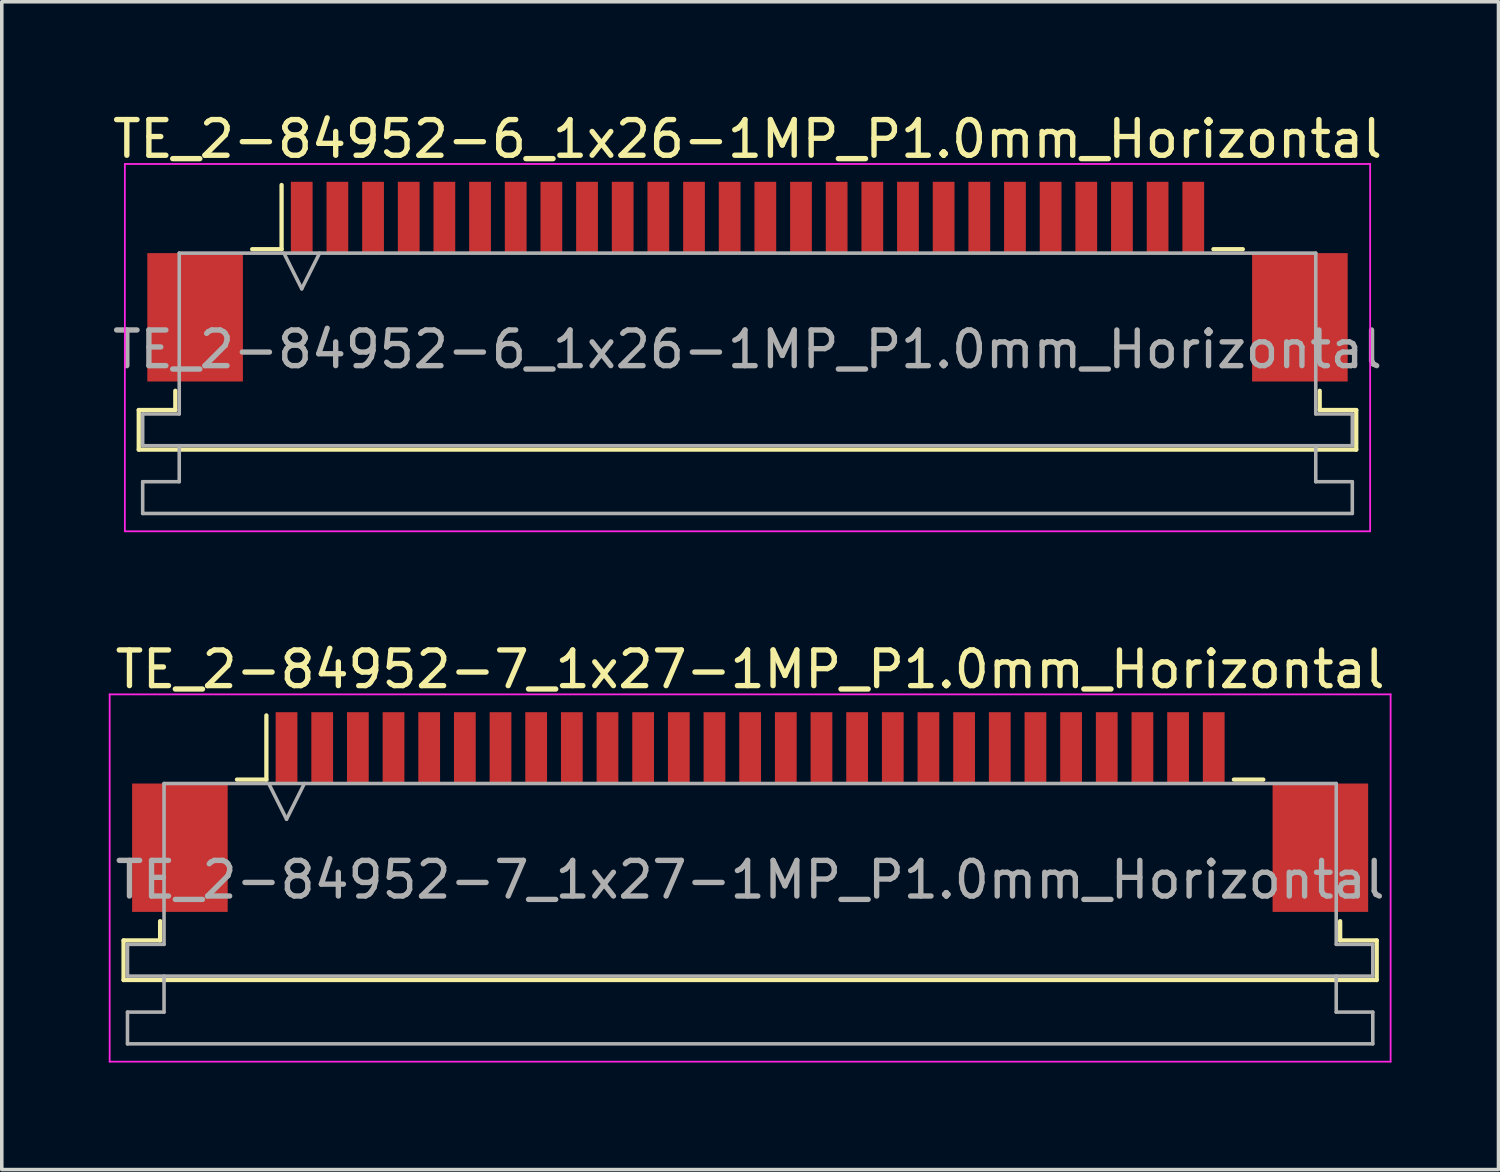
<source format=kicad_pcb>
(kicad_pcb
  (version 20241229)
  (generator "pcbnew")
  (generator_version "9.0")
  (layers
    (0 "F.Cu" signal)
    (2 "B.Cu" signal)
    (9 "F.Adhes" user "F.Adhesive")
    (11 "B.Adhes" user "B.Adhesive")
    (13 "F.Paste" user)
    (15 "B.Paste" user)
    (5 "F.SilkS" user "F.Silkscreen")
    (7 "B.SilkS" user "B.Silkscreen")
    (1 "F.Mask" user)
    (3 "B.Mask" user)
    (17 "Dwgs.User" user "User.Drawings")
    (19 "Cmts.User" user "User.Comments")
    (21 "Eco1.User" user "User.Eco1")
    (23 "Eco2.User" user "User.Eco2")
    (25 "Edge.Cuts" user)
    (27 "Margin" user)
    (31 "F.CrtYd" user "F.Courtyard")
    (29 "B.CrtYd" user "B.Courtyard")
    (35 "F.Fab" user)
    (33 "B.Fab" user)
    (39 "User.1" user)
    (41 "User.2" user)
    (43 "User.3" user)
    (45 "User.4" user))
  (footprint "TE_2-84952-6_1x26-1MP_P1.0mm_Horizontal"
    (layer "F.Cu")
    (at 17.911 4.848)
    (property "Reference" "TE_2-84952-6_1x26-1MP_P1.0mm_Horizontal" (at 0 -4 0) (layer "F.SilkS") (effects (font (size 1 1) (thickness 0.15))))
    (attr smd)
    (fp_line (start -17.07 3.6) (end -16.045 3.6) (stroke (width 0.12) (type solid)) (layer "F.SilkS"))
    (fp_line (start -17.07 4.71) (end -17.07 3.6) (stroke (width 0.12) (type solid)) (layer "F.SilkS"))
    (fp_line (start -16.045 3.6) (end -16.045 3.06) (stroke (width 0.12) (type solid)) (layer "F.SilkS"))
    (fp_line (start -13.89 -0.91) (end -13.065 -0.91) (stroke (width 0.12) (type solid)) (layer "F.SilkS"))
    (fp_line (start -13.065 -0.91) (end -13.065 -2.71) (stroke (width 0.12) (type solid)) (layer "F.SilkS"))
    (fp_line (start 13.065 -0.91) (end 13.89 -0.91) (stroke (width 0.12) (type solid)) (layer "F.SilkS"))
    (fp_line (start 16.045 3.06) (end 16.045 3.6) (stroke (width 0.12) (type solid)) (layer "F.SilkS"))
    (fp_line (start 16.045 3.6) (end 17.07 3.6) (stroke (width 0.12) (type solid)) (layer "F.SilkS"))
    (fp_line (start 17.07 3.6) (end 17.07 4.71) (stroke (width 0.12) (type solid)) (layer "F.SilkS"))
    (fp_line (start 17.07 4.71) (end -17.07 4.71) (stroke (width 0.12) (type solid)) (layer "F.SilkS"))
    (fp_line (start -17.46 -3.3) (end -17.46 7) (stroke (width 0.05) (type solid)) (layer "F.CrtYd"))
    (fp_line (start -17.46 7) (end 17.46 7) (stroke (width 0.05) (type solid)) (layer "F.CrtYd"))
    (fp_line (start 17.46 -3.3) (end -17.46 -3.3) (stroke (width 0.05) (type solid)) (layer "F.CrtYd"))
    (fp_line (start 17.46 7) (end 17.46 -3.3) (stroke (width 0.05) (type solid)) (layer "F.CrtYd"))
    (fp_line (start -16.96 3.71) (end -15.935 3.71) (stroke (width 0.1) (type solid)) (layer "F.Fab"))
    (fp_line (start -16.96 4.6) (end -16.96 3.71) (stroke (width 0.1) (type solid)) (layer "F.Fab"))
    (fp_line (start -16.96 5.61) (end -15.935 5.61) (stroke (width 0.1) (type solid)) (layer "F.Fab"))
    (fp_line (start -16.96 6.5) (end -16.96 5.61) (stroke (width 0.1) (type solid)) (layer "F.Fab"))
    (fp_line (start -15.935 -0.8) (end 15.935 -0.8) (stroke (width 0.1) (type solid)) (layer "F.Fab"))
    (fp_line (start -15.935 3.71) (end -15.935 -0.8) (stroke (width 0.1) (type solid)) (layer "F.Fab"))
    (fp_line (start -15.935 5.61) (end -15.935 4.6) (stroke (width 0.1) (type solid)) (layer "F.Fab"))
    (fp_line (start -13 -0.8) (end -12.5 0.2) (stroke (width 0.1) (type solid)) (layer "F.Fab"))
    (fp_line (start -12.5 0.2) (end -12 -0.8) (stroke (width 0.1) (type solid)) (layer "F.Fab"))
    (fp_line (start 15.935 -0.8) (end 15.935 3.71) (stroke (width 0.1) (type solid)) (layer "F.Fab"))
    (fp_line (start 15.935 3.71) (end 16.96 3.71) (stroke (width 0.1) (type solid)) (layer "F.Fab"))
    (fp_line (start 15.935 4.6) (end 15.935 5.61) (stroke (width 0.1) (type solid)) (layer "F.Fab"))
    (fp_line (start 15.935 5.61) (end 16.96 5.61) (stroke (width 0.1) (type solid)) (layer "F.Fab"))
    (fp_line (start 16.96 3.71) (end 16.96 4.6) (stroke (width 0.1) (type solid)) (layer "F.Fab"))
    (fp_line (start 16.96 4.6) (end -16.96 4.6) (stroke (width 0.1) (type solid)) (layer "F.Fab"))
    (fp_line (start 16.96 5.61) (end 16.96 6.5) (stroke (width 0.1) (type solid)) (layer "F.Fab"))
    (fp_line (start 16.96 6.5) (end -16.96 6.5) (stroke (width 0.1) (type solid)) (layer "F.Fab"))
    (fp_text user "${REFERENCE}" (at 0 1.9 0) (layer "F.Fab") (effects (font (size 1 1) (thickness 0.15))))
    (pad "1" smd rect (at -12.5 -1.8) (size 0.61 2) (layers "F.Cu" "F.Mask" "F.Paste"))
    (pad "2" smd rect (at -11.5 -1.8) (size 0.61 2) (layers "F.Cu" "F.Mask" "F.Paste"))
    (pad "3" smd rect (at -10.5 -1.8) (size 0.61 2) (layers "F.Cu" "F.Mask" "F.Paste"))
    (pad "4" smd rect (at -9.5 -1.8) (size 0.61 2) (layers "F.Cu" "F.Mask" "F.Paste"))
    (pad "5" smd rect (at -8.5 -1.8) (size 0.61 2) (layers "F.Cu" "F.Mask" "F.Paste"))
    (pad "6" smd rect (at -7.5 -1.8) (size 0.61 2) (layers "F.Cu" "F.Mask" "F.Paste"))
    (pad "7" smd rect (at -6.5 -1.8) (size 0.61 2) (layers "F.Cu" "F.Mask" "F.Paste"))
    (pad "8" smd rect (at -5.5 -1.8) (size 0.61 2) (layers "F.Cu" "F.Mask" "F.Paste"))
    (pad "9" smd rect (at -4.5 -1.8) (size 0.61 2) (layers "F.Cu" "F.Mask" "F.Paste"))
    (pad "10" smd rect (at -3.5 -1.8) (size 0.61 2) (layers "F.Cu" "F.Mask" "F.Paste"))
    (pad "11" smd rect (at -2.5 -1.8) (size 0.61 2) (layers "F.Cu" "F.Mask" "F.Paste"))
    (pad "12" smd rect (at -1.5 -1.8) (size 0.61 2) (layers "F.Cu" "F.Mask" "F.Paste"))
    (pad "13" smd rect (at -0.5 -1.8) (size 0.61 2) (layers "F.Cu" "F.Mask" "F.Paste"))
    (pad "14" smd rect (at 0.5 -1.8) (size 0.61 2) (layers "F.Cu" "F.Mask" "F.Paste"))
    (pad "15" smd rect (at 1.5 -1.8) (size 0.61 2) (layers "F.Cu" "F.Mask" "F.Paste"))
    (pad "16" smd rect (at 2.5 -1.8) (size 0.61 2) (layers "F.Cu" "F.Mask" "F.Paste"))
    (pad "17" smd rect (at 3.5 -1.8) (size 0.61 2) (layers "F.Cu" "F.Mask" "F.Paste"))
    (pad "18" smd rect (at 4.5 -1.8) (size 0.61 2) (layers "F.Cu" "F.Mask" "F.Paste"))
    (pad "19" smd rect (at 5.5 -1.8) (size 0.61 2) (layers "F.Cu" "F.Mask" "F.Paste"))
    (pad "20" smd rect (at 6.5 -1.8) (size 0.61 2) (layers "F.Cu" "F.Mask" "F.Paste"))
    (pad "21" smd rect (at 7.5 -1.8) (size 0.61 2) (layers "F.Cu" "F.Mask" "F.Paste"))
    (pad "22" smd rect (at 8.5 -1.8) (size 0.61 2) (layers "F.Cu" "F.Mask" "F.Paste"))
    (pad "23" smd rect (at 9.5 -1.8) (size 0.61 2) (layers "F.Cu" "F.Mask" "F.Paste"))
    (pad "24" smd rect (at 10.5 -1.8) (size 0.61 2) (layers "F.Cu" "F.Mask" "F.Paste"))
    (pad "25" smd rect (at 11.5 -1.8) (size 0.61 2) (layers "F.Cu" "F.Mask" "F.Paste"))
    (pad "26" smd rect (at 12.5 -1.8) (size 0.61 2) (layers "F.Cu" "F.Mask" "F.Paste"))
    (pad "MP" smd rect (at -15.49 1) (size 2.68 3.6) (layers "F.Cu" "F.Mask" "F.Paste"))
    (pad "MP" smd rect (at 15.49 1) (size 2.68 3.6) (layers "F.Cu" "F.Mask" "F.Paste")))
  (footprint "TE_2-84952-7_1x27-1MP_P1.0mm_Horizontal"
    (layer "F.Cu")
    (at 17.985 19.721)
    (property "Reference" "TE_2-84952-7_1x27-1MP_P1.0mm_Horizontal" (at 0 -4 0) (layer "F.SilkS") (effects (font (size 1 1) (thickness 0.15))))
    (attr smd)
    (fp_line (start -17.57 3.6) (end -16.545 3.6) (stroke (width 0.12) (type solid)) (layer "F.SilkS"))
    (fp_line (start -17.57 4.71) (end -17.57 3.6) (stroke (width 0.12) (type solid)) (layer "F.SilkS"))
    (fp_line (start -16.545 3.6) (end -16.545 3.06) (stroke (width 0.12) (type solid)) (layer "F.SilkS"))
    (fp_line (start -14.39 -0.91) (end -13.565 -0.91) (stroke (width 0.12) (type solid)) (layer "F.SilkS"))
    (fp_line (start -13.565 -0.91) (end -13.565 -2.71) (stroke (width 0.12) (type solid)) (layer "F.SilkS"))
    (fp_line (start 13.565 -0.91) (end 14.39 -0.91) (stroke (width 0.12) (type solid)) (layer "F.SilkS"))
    (fp_line (start 16.545 3.06) (end 16.545 3.6) (stroke (width 0.12) (type solid)) (layer "F.SilkS"))
    (fp_line (start 16.545 3.6) (end 17.57 3.6) (stroke (width 0.12) (type solid)) (layer "F.SilkS"))
    (fp_line (start 17.57 3.6) (end 17.57 4.71) (stroke (width 0.12) (type solid)) (layer "F.SilkS"))
    (fp_line (start 17.57 4.71) (end -17.57 4.71) (stroke (width 0.12) (type solid)) (layer "F.SilkS"))
    (fp_line (start -17.96 -3.3) (end -17.96 7) (stroke (width 0.05) (type solid)) (layer "F.CrtYd"))
    (fp_line (start -17.96 7) (end 17.96 7) (stroke (width 0.05) (type solid)) (layer "F.CrtYd"))
    (fp_line (start 17.96 -3.3) (end -17.96 -3.3) (stroke (width 0.05) (type solid)) (layer "F.CrtYd"))
    (fp_line (start 17.96 7) (end 17.96 -3.3) (stroke (width 0.05) (type solid)) (layer "F.CrtYd"))
    (fp_line (start -17.46 3.71) (end -16.435 3.71) (stroke (width 0.1) (type solid)) (layer "F.Fab"))
    (fp_line (start -17.46 4.6) (end -17.46 3.71) (stroke (width 0.1) (type solid)) (layer "F.Fab"))
    (fp_line (start -17.46 5.61) (end -16.435 5.61) (stroke (width 0.1) (type solid)) (layer "F.Fab"))
    (fp_line (start -17.46 6.5) (end -17.46 5.61) (stroke (width 0.1) (type solid)) (layer "F.Fab"))
    (fp_line (start -16.435 -0.8) (end 16.435 -0.8) (stroke (width 0.1) (type solid)) (layer "F.Fab"))
    (fp_line (start -16.435 3.71) (end -16.435 -0.8) (stroke (width 0.1) (type solid)) (layer "F.Fab"))
    (fp_line (start -16.435 5.61) (end -16.435 4.6) (stroke (width 0.1) (type solid)) (layer "F.Fab"))
    (fp_line (start -13.5 -0.8) (end -13 0.2) (stroke (width 0.1) (type solid)) (layer "F.Fab"))
    (fp_line (start -13 0.2) (end -12.5 -0.8) (stroke (width 0.1) (type solid)) (layer "F.Fab"))
    (fp_line (start 16.435 -0.8) (end 16.435 3.71) (stroke (width 0.1) (type solid)) (layer "F.Fab"))
    (fp_line (start 16.435 3.71) (end 17.46 3.71) (stroke (width 0.1) (type solid)) (layer "F.Fab"))
    (fp_line (start 16.435 4.6) (end 16.435 5.61) (stroke (width 0.1) (type solid)) (layer "F.Fab"))
    (fp_line (start 16.435 5.61) (end 17.46 5.61) (stroke (width 0.1) (type solid)) (layer "F.Fab"))
    (fp_line (start 17.46 3.71) (end 17.46 4.6) (stroke (width 0.1) (type solid)) (layer "F.Fab"))
    (fp_line (start 17.46 4.6) (end -17.46 4.6) (stroke (width 0.1) (type solid)) (layer "F.Fab"))
    (fp_line (start 17.46 5.61) (end 17.46 6.5) (stroke (width 0.1) (type solid)) (layer "F.Fab"))
    (fp_line (start 17.46 6.5) (end -17.46 6.5) (stroke (width 0.1) (type solid)) (layer "F.Fab"))
    (fp_text user "${REFERENCE}" (at 0 1.9 0) (layer "F.Fab") (effects (font (size 1 1) (thickness 0.15))))
    (pad "1" smd rect (at -13 -1.8) (size 0.61 2) (layers "F.Cu" "F.Mask" "F.Paste"))
    (pad "2" smd rect (at -12 -1.8) (size 0.61 2) (layers "F.Cu" "F.Mask" "F.Paste"))
    (pad "3" smd rect (at -11 -1.8) (size 0.61 2) (layers "F.Cu" "F.Mask" "F.Paste"))
    (pad "4" smd rect (at -10 -1.8) (size 0.61 2) (layers "F.Cu" "F.Mask" "F.Paste"))
    (pad "5" smd rect (at -9 -1.8) (size 0.61 2) (layers "F.Cu" "F.Mask" "F.Paste"))
    (pad "6" smd rect (at -8 -1.8) (size 0.61 2) (layers "F.Cu" "F.Mask" "F.Paste"))
    (pad "7" smd rect (at -7 -1.8) (size 0.61 2) (layers "F.Cu" "F.Mask" "F.Paste"))
    (pad "8" smd rect (at -6 -1.8) (size 0.61 2) (layers "F.Cu" "F.Mask" "F.Paste"))
    (pad "9" smd rect (at -5 -1.8) (size 0.61 2) (layers "F.Cu" "F.Mask" "F.Paste"))
    (pad "10" smd rect (at -4 -1.8) (size 0.61 2) (layers "F.Cu" "F.Mask" "F.Paste"))
    (pad "11" smd rect (at -3 -1.8) (size 0.61 2) (layers "F.Cu" "F.Mask" "F.Paste"))
    (pad "12" smd rect (at -2 -1.8) (size 0.61 2) (layers "F.Cu" "F.Mask" "F.Paste"))
    (pad "13" smd rect (at -1 -1.8) (size 0.61 2) (layers "F.Cu" "F.Mask" "F.Paste"))
    (pad "14" smd rect (at 0 -1.8) (size 0.61 2) (layers "F.Cu" "F.Mask" "F.Paste"))
    (pad "15" smd rect (at 1 -1.8) (size 0.61 2) (layers "F.Cu" "F.Mask" "F.Paste"))
    (pad "16" smd rect (at 2 -1.8) (size 0.61 2) (layers "F.Cu" "F.Mask" "F.Paste"))
    (pad "17" smd rect (at 3 -1.8) (size 0.61 2) (layers "F.Cu" "F.Mask" "F.Paste"))
    (pad "18" smd rect (at 4 -1.8) (size 0.61 2) (layers "F.Cu" "F.Mask" "F.Paste"))
    (pad "19" smd rect (at 5 -1.8) (size 0.61 2) (layers "F.Cu" "F.Mask" "F.Paste"))
    (pad "20" smd rect (at 6 -1.8) (size 0.61 2) (layers "F.Cu" "F.Mask" "F.Paste"))
    (pad "21" smd rect (at 7 -1.8) (size 0.61 2) (layers "F.Cu" "F.Mask" "F.Paste"))
    (pad "22" smd rect (at 8 -1.8) (size 0.61 2) (layers "F.Cu" "F.Mask" "F.Paste"))
    (pad "23" smd rect (at 9 -1.8) (size 0.61 2) (layers "F.Cu" "F.Mask" "F.Paste"))
    (pad "24" smd rect (at 10 -1.8) (size 0.61 2) (layers "F.Cu" "F.Mask" "F.Paste"))
    (pad "25" smd rect (at 11 -1.8) (size 0.61 2) (layers "F.Cu" "F.Mask" "F.Paste"))
    (pad "26" smd rect (at 12 -1.8) (size 0.61 2) (layers "F.Cu" "F.Mask" "F.Paste"))
    (pad "27" smd rect (at 13 -1.8) (size 0.61 2) (layers "F.Cu" "F.Mask" "F.Paste"))
    (pad "MP" smd rect (at -15.99 1) (size 2.68 3.6) (layers "F.Cu" "F.Mask" "F.Paste"))
    (pad "MP" smd rect (at 15.99 1) (size 2.68 3.6) (layers "F.Cu" "F.Mask" "F.Paste")))
  (gr_rect
    (start -3 -3)
    (end 38.97 29.747)
    (stroke (width 0.1) (type default))
    (fill no)
    (layer "Edge.Cuts")))
</source>
